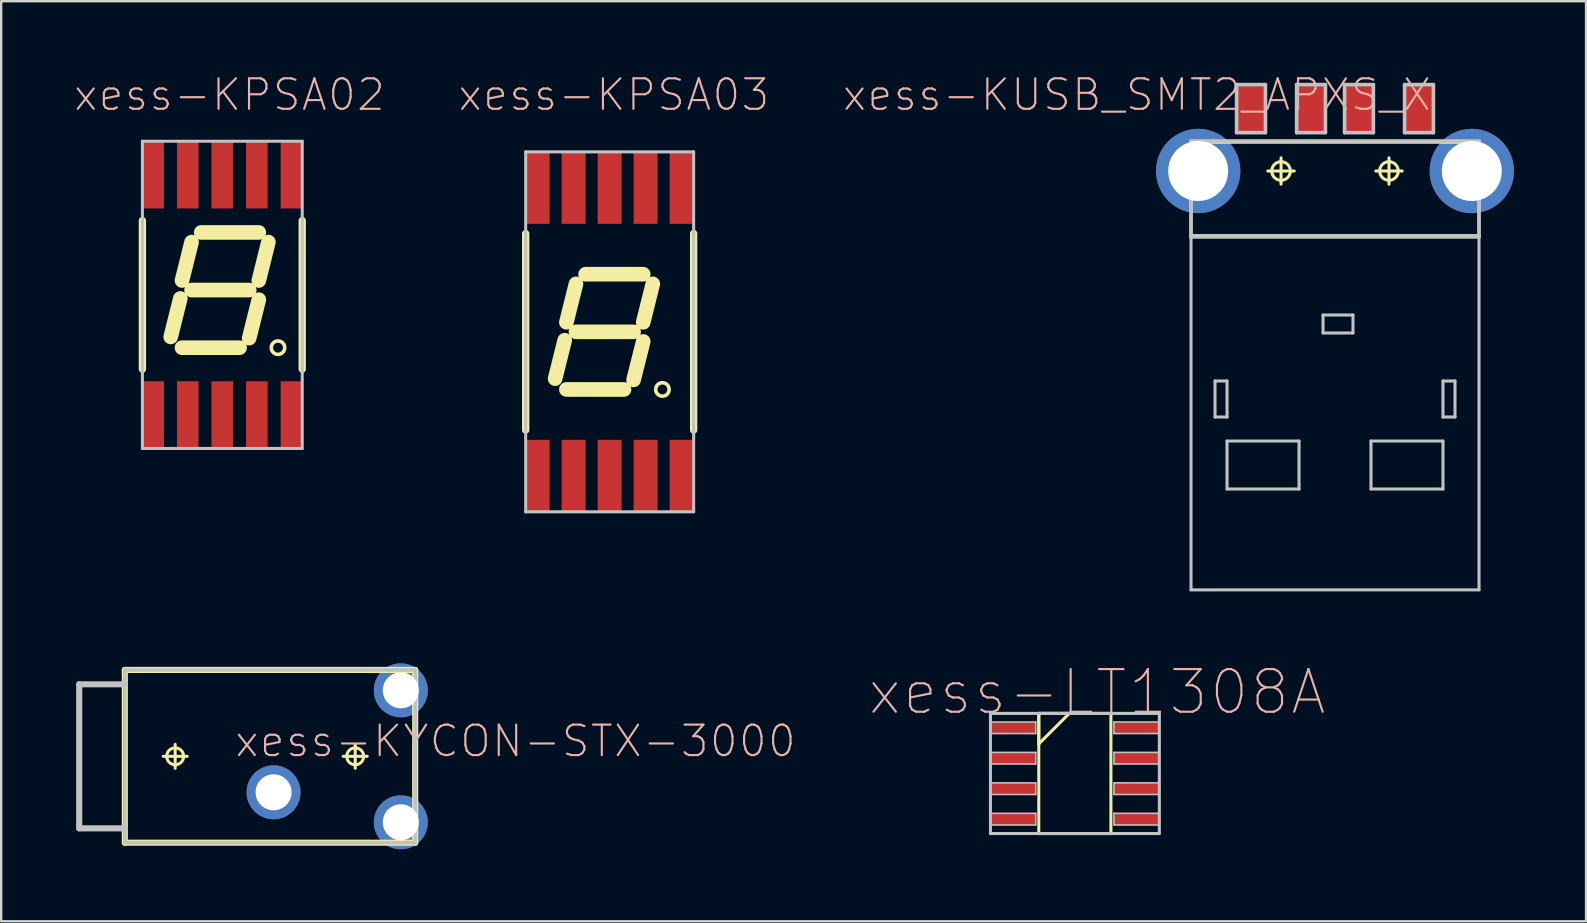
<source format=kicad_pcb>
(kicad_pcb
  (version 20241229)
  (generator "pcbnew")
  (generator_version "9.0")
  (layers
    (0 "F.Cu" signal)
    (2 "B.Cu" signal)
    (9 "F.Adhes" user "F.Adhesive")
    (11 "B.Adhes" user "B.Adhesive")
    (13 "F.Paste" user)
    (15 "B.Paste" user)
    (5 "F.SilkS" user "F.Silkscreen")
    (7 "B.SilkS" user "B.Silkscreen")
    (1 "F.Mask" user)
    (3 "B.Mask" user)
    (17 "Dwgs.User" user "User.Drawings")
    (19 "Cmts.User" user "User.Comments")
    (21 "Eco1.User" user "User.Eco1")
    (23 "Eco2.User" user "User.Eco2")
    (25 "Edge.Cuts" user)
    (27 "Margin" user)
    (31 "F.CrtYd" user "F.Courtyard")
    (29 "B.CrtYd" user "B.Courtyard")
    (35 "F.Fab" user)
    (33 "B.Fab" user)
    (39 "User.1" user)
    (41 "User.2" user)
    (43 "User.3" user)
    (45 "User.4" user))
  (footprint "xess-KPSA03"
    (layer "F.Cu")
    (at 19.348 16.774)
    (property "Reference" "xess-KPSA03" (at 3.175 -15.875 0) (layer "B.SilkS") (effects (font (size 1.27 1.27) (thickness 0.089))))
    (attr smd)
    (fp_line (start -0.498 -10.094) (end -0.498 -1.905) (stroke (width 0.305) (type solid)) (layer "F.SilkS"))
    (fp_line (start 1.128 -5.649) (end 0.729 -4.049) (stroke (width 0.61) (type solid)) (layer "F.SilkS"))
    (fp_line (start 1.199 -3.599) (end 3.599 -3.599) (stroke (width 0.61) (type solid)) (layer "F.SilkS"))
    (fp_line (start 1.598 -7.998) (end 1.199 -6.398) (stroke (width 0.61) (type solid)) (layer "F.SilkS"))
    (fp_line (start 1.598 -5.999) (end 3.998 -5.999) (stroke (width 0.61) (type solid)) (layer "F.SilkS"))
    (fp_line (start 1.999 -8.4) (end 4.399 -8.4) (stroke (width 0.61) (type solid)) (layer "F.SilkS"))
    (fp_line (start 4.399 -5.598) (end 3.998 -3.998) (stroke (width 0.61) (type solid)) (layer "F.SilkS"))
    (fp_line (start 4.798 -7.998) (end 4.399 -6.398) (stroke (width 0.61) (type solid)) (layer "F.SilkS"))
    (fp_line (start 6.5 -1.905) (end 6.5 -10.094) (stroke (width 0.305) (type solid)) (layer "F.SilkS"))
    (fp_circle (center 5.199 -3.599) (end 5.397 -3.797) (stroke (width 0.15) (type solid)) (fill no) (layer "F.SilkS"))
    (fp_line (start -0.498 -13.498) (end -0.498 1.499) (stroke (width 0.127) (type solid)) (layer "Dwgs.User"))
    (fp_line (start -0.498 1.499) (end 6.5 1.499) (stroke (width 0.127) (type solid)) (layer "Dwgs.User"))
    (fp_line (start 6.5 -13.498) (end -0.498 -13.498) (stroke (width 0.127) (type solid)) (layer "Dwgs.User"))
    (fp_line (start 6.5 1.499) (end 6.5 -13.498) (stroke (width 0.127) (type solid)) (layer "Dwgs.User"))
    (pad "1" smd rect (at 0 0) (size 0.998 3) (layers "F.Cu" "F.Mask" "F.Paste"))
    (pad "2" smd rect (at 1.499 0) (size 0.998 3) (layers "F.Cu" "F.Mask" "F.Paste"))
    (pad "3" smd rect (at 3 0) (size 0.998 3) (layers "F.Cu" "F.Mask" "F.Paste"))
    (pad "4" smd rect (at 4.498 0) (size 0.998 3) (layers "F.Cu" "F.Mask" "F.Paste"))
    (pad "5" smd rect (at 5.999 0) (size 0.998 3) (layers "F.Cu" "F.Mask" "F.Paste"))
    (pad "6" smd rect (at 5.999 -11.999) (size 0.998 3) (layers "F.Cu" "F.Mask" "F.Paste"))
    (pad "7" smd rect (at 4.498 -11.999) (size 0.998 3) (layers "F.Cu" "F.Mask" "F.Paste"))
    (pad "8" smd rect (at 3 -11.999) (size 0.998 3) (layers "F.Cu" "F.Mask" "F.Paste"))
    (pad "9" smd rect (at 1.499 -11.999) (size 0.998 3) (layers "F.Cu" "F.Mask" "F.Paste"))
    (pad "10" smd rect (at 0 -11.999) (size 0.998 3) (layers "F.Cu" "F.Mask" "F.Paste")))
  (footprint "xess-LT1308A"
    (layer "F.Cu")
    (at 39.267 27.269)
    (property "Reference" "xess-LT1308A" (at 3.388 -1.486 0) (layer "B.SilkS") (effects (font (size 1.778 1.778) (thickness 0.089))))
    (attr smd)
    (fp_line (start 0.96 -0.597) (end 0.96 0.671) (stroke (width 0.127) (type solid)) (layer "F.SilkS"))
    (fp_line (start 0.96 -0.597) (end 0.96 4.407) (stroke (width 0.127) (type solid)) (layer "F.SilkS"))
    (fp_line (start 0.96 0.671) (end 2.23 -0.597) (stroke (width 0.127) (type solid)) (layer "F.SilkS"))
    (fp_line (start 0.96 4.407) (end 3.965 4.407) (stroke (width 0.127) (type solid)) (layer "F.SilkS"))
    (fp_line (start 2.23 -0.597) (end 0.96 -0.597) (stroke (width 0.127) (type solid)) (layer "F.SilkS"))
    (fp_line (start 3.965 -0.597) (end 0.96 -0.597) (stroke (width 0.127) (type solid)) (layer "F.SilkS"))
    (fp_line (start 3.965 4.407) (end 3.965 -0.597) (stroke (width 0.127) (type solid)) (layer "F.SilkS"))
    (fp_line (start -1.054 -0.597) (end -1.054 4.407) (stroke (width 0.127) (type solid)) (layer "Dwgs.User"))
    (fp_line (start -1.054 -0.241) (end 0.833 -0.241) (stroke (width 0.066) (type solid)) (layer "Dwgs.User"))
    (fp_line (start -1.054 0.241) (end -1.054 -0.241) (stroke (width 0.066) (type solid)) (layer "Dwgs.User"))
    (fp_line (start -1.054 0.241) (end 0.833 0.241) (stroke (width 0.066) (type solid)) (layer "Dwgs.User"))
    (fp_line (start -1.054 1.026) (end 0.833 1.026) (stroke (width 0.066) (type solid)) (layer "Dwgs.User"))
    (fp_line (start -1.054 1.511) (end -1.054 1.026) (stroke (width 0.066) (type solid)) (layer "Dwgs.User"))
    (fp_line (start -1.054 1.511) (end 0.833 1.511) (stroke (width 0.066) (type solid)) (layer "Dwgs.User"))
    (fp_line (start -1.054 2.296) (end 0.833 2.296) (stroke (width 0.066) (type solid)) (layer "Dwgs.User"))
    (fp_line (start -1.054 2.781) (end -1.054 2.296) (stroke (width 0.066) (type solid)) (layer "Dwgs.User"))
    (fp_line (start -1.054 2.781) (end 0.833 2.781) (stroke (width 0.066) (type solid)) (layer "Dwgs.User"))
    (fp_line (start -1.054 3.566) (end 0.833 3.566) (stroke (width 0.066) (type solid)) (layer "Dwgs.User"))
    (fp_line (start -1.054 4.051) (end -1.054 3.566) (stroke (width 0.066) (type solid)) (layer "Dwgs.User"))
    (fp_line (start -1.054 4.051) (end 0.833 4.051) (stroke (width 0.066) (type solid)) (layer "Dwgs.User"))
    (fp_line (start -1.054 4.407) (end 5.982 4.407) (stroke (width 0.127) (type solid)) (layer "Dwgs.User"))
    (fp_line (start 0.833 0.241) (end 0.833 -0.241) (stroke (width 0.066) (type solid)) (layer "Dwgs.User"))
    (fp_line (start 0.833 1.511) (end 0.833 1.026) (stroke (width 0.066) (type solid)) (layer "Dwgs.User"))
    (fp_line (start 0.833 2.781) (end 0.833 2.296) (stroke (width 0.066) (type solid)) (layer "Dwgs.User"))
    (fp_line (start 0.833 4.051) (end 0.833 3.566) (stroke (width 0.066) (type solid)) (layer "Dwgs.User"))
    (fp_line (start 4.092 -0.241) (end 5.982 -0.241) (stroke (width 0.066) (type solid)) (layer "Dwgs.User"))
    (fp_line (start 4.092 0.241) (end 4.092 -0.241) (stroke (width 0.066) (type solid)) (layer "Dwgs.User"))
    (fp_line (start 4.092 0.241) (end 5.982 0.241) (stroke (width 0.066) (type solid)) (layer "Dwgs.User"))
    (fp_line (start 4.092 1.026) (end 5.982 1.026) (stroke (width 0.066) (type solid)) (layer "Dwgs.User"))
    (fp_line (start 4.092 1.511) (end 4.092 1.026) (stroke (width 0.066) (type solid)) (layer "Dwgs.User"))
    (fp_line (start 4.092 1.511) (end 5.982 1.511) (stroke (width 0.066) (type solid)) (layer "Dwgs.User"))
    (fp_line (start 4.092 2.296) (end 5.982 2.296) (stroke (width 0.066) (type solid)) (layer "Dwgs.User"))
    (fp_line (start 4.092 2.781) (end 4.092 2.296) (stroke (width 0.066) (type solid)) (layer "Dwgs.User"))
    (fp_line (start 4.092 2.781) (end 5.982 2.781) (stroke (width 0.066) (type solid)) (layer "Dwgs.User"))
    (fp_line (start 4.092 3.566) (end 5.982 3.566) (stroke (width 0.066) (type solid)) (layer "Dwgs.User"))
    (fp_line (start 4.092 4.051) (end 4.092 3.566) (stroke (width 0.066) (type solid)) (layer "Dwgs.User"))
    (fp_line (start 4.092 4.051) (end 5.982 4.051) (stroke (width 0.066) (type solid)) (layer "Dwgs.User"))
    (fp_line (start 5.982 -0.597) (end -1.054 -0.597) (stroke (width 0.127) (type solid)) (layer "Dwgs.User"))
    (fp_line (start 5.982 0.241) (end 5.982 -0.241) (stroke (width 0.066) (type solid)) (layer "Dwgs.User"))
    (fp_line (start 5.982 1.511) (end 5.982 1.026) (stroke (width 0.066) (type solid)) (layer "Dwgs.User"))
    (fp_line (start 5.982 2.781) (end 5.982 2.296) (stroke (width 0.066) (type solid)) (layer "Dwgs.User"))
    (fp_line (start 5.982 4.051) (end 5.982 3.566) (stroke (width 0.066) (type solid)) (layer "Dwgs.User"))
    (fp_line (start 5.982 4.407) (end 5.982 -0.597) (stroke (width 0.127) (type solid)) (layer "Dwgs.User"))
    (pad "1" smd rect (at -0.109 0) (size 1.89 0.483) (layers "F.Cu" "F.Mask" "F.Paste"))
    (pad "2" smd rect (at -0.109 1.27) (size 1.89 0.483) (layers "F.Cu" "F.Mask" "F.Paste"))
    (pad "3" smd rect (at -0.109 2.54) (size 1.89 0.483) (layers "F.Cu" "F.Mask" "F.Paste"))
    (pad "4" smd rect (at -0.109 3.81) (size 1.89 0.483) (layers "F.Cu" "F.Mask" "F.Paste"))
    (pad "5" smd rect (at 5.037 3.81) (size 1.89 0.483) (layers "F.Cu" "F.Mask" "F.Paste"))
    (pad "6" smd rect (at 5.037 2.54) (size 1.89 0.483) (layers "F.Cu" "F.Mask" "F.Paste"))
    (pad "7" smd rect (at 5.037 1.27) (size 1.89 0.483) (layers "F.Cu" "F.Mask" "F.Paste"))
    (pad "8" smd rect (at 5.037 0) (size 1.89 0.483) (layers "F.Cu" "F.Mask" "F.Paste")))
  (footprint "xess-KPSA02"
    (layer "F.Cu")
    (at 3.333 14.234)
    (property "Reference" "xess-KPSA02" (at 3.175 -13.335 0) (layer "B.SilkS") (effects (font (size 1.27 1.27) (thickness 0.089))))
    (attr smd)
    (fp_line (start -0.45 -8.095) (end -0.45 -1.905) (stroke (width 0.305) (type solid)) (layer "F.SilkS"))
    (fp_line (start 1.128 -4.849) (end 0.729 -3.249) (stroke (width 0.61) (type solid)) (layer "F.SilkS"))
    (fp_line (start 1.199 -2.799) (end 3.599 -2.799) (stroke (width 0.61) (type solid)) (layer "F.SilkS"))
    (fp_line (start 1.598 -7.198) (end 1.199 -5.598) (stroke (width 0.61) (type solid)) (layer "F.SilkS"))
    (fp_line (start 1.598 -5.199) (end 3.998 -5.199) (stroke (width 0.61) (type solid)) (layer "F.SilkS"))
    (fp_line (start 1.999 -7.6) (end 4.399 -7.6) (stroke (width 0.61) (type solid)) (layer "F.SilkS"))
    (fp_line (start 4.399 -4.798) (end 3.998 -3.198) (stroke (width 0.61) (type solid)) (layer "F.SilkS"))
    (fp_line (start 4.798 -7.198) (end 4.399 -5.598) (stroke (width 0.61) (type solid)) (layer "F.SilkS"))
    (fp_line (start 6.208 -1.905) (end 6.208 -8.095) (stroke (width 0.305) (type solid)) (layer "F.SilkS"))
    (fp_circle (center 5.199 -2.799) (end 5.397 -2.997) (stroke (width 0.15) (type solid)) (fill no) (layer "F.SilkS"))
    (fp_line (start -0.45 -11.4) (end -0.45 1.4) (stroke (width 0.127) (type solid)) (layer "Dwgs.User"))
    (fp_line (start -0.45 1.4) (end 6.208 1.4) (stroke (width 0.127) (type solid)) (layer "Dwgs.User"))
    (fp_line (start 6.208 -11.4) (end -0.45 -11.4) (stroke (width 0.127) (type solid)) (layer "Dwgs.User"))
    (fp_line (start 6.208 1.4) (end 6.208 -11.4) (stroke (width 0.127) (type solid)) (layer "Dwgs.User"))
    (pad "1" smd rect (at 0 0) (size 0.899 2.799) (layers "F.Cu" "F.Mask" "F.Paste"))
    (pad "2" smd rect (at 1.438 0) (size 0.899 2.799) (layers "F.Cu" "F.Mask" "F.Paste"))
    (pad "3" smd rect (at 2.878 0) (size 0.899 2.799) (layers "F.Cu" "F.Mask" "F.Paste"))
    (pad "4" smd rect (at 4.318 0) (size 0.899 2.799) (layers "F.Cu" "F.Mask" "F.Paste"))
    (pad "5" smd rect (at 5.758 0) (size 0.899 2.799) (layers "F.Cu" "F.Mask" "F.Paste"))
    (pad "6" smd rect (at 5.758 -10) (size 0.899 2.799) (layers "F.Cu" "F.Mask" "F.Paste"))
    (pad "7" smd rect (at 4.318 -10) (size 0.899 2.799) (layers "F.Cu" "F.Mask" "F.Paste"))
    (pad "8" smd rect (at 2.878 -10) (size 0.899 2.799) (layers "F.Cu" "F.Mask" "F.Paste"))
    (pad "9" smd rect (at 1.438 -10) (size 0.899 2.799) (layers "F.Cu" "F.Mask" "F.Paste"))
    (pad "10" smd rect (at 0 -10) (size 0.899 2.799) (layers "F.Cu" "F.Mask" "F.Paste")))
  (footprint "xess-KUSB_SMT2_APXS_X"
    (layer "F.Cu")
    (at 52.568 4.074)
    (property "Reference" "xess-KUSB_SMT2_APXS_X" (at -8.255 -3.175 180) (layer "B.SilkS") (effects (font (size 1.27 1.27) (thickness 0.089))))
    (attr smd)
    (fp_line (start -5.999 -1.199) (end -5.999 2.697) (stroke (width 0.127) (type solid)) (layer "F.SilkS"))
    (fp_line (start -5.999 2.697) (end 5.999 2.697) (stroke (width 0.127) (type solid)) (layer "F.SilkS"))
    (fp_line (start -2.799 0) (end -1.699 0) (stroke (width 0.127) (type solid)) (layer "F.SilkS"))
    (fp_line (start -2.248 0.549) (end -2.248 -0.549) (stroke (width 0.127) (type solid)) (layer "F.SilkS"))
    (fp_line (start 1.699 0) (end 2.799 0) (stroke (width 0.127) (type solid)) (layer "F.SilkS"))
    (fp_line (start 2.248 0.549) (end 2.248 -0.549) (stroke (width 0.127) (type solid)) (layer "F.SilkS"))
    (fp_line (start 5.999 -1.199) (end -5.999 -1.199) (stroke (width 0.127) (type solid)) (layer "F.SilkS"))
    (fp_line (start 5.999 2.697) (end 5.999 -1.199) (stroke (width 0.127) (type solid)) (layer "F.SilkS"))
    (fp_circle (center -2.248 0) (end -2.522 0.274) (stroke (width 0.127) (type solid)) (fill no) (layer "F.SilkS"))
    (fp_circle (center 2.248 0) (end 2.522 0.274) (stroke (width 0.127) (type solid)) (fill no) (layer "F.SilkS"))
    (fp_line (start -5.999 -1.25) (end -5.999 2.748) (stroke (width 0.15) (type solid)) (layer "Dwgs.User"))
    (fp_line (start -5.999 2.697) (end -5.999 17.45) (stroke (width 0.127) (type solid)) (layer "Dwgs.User"))
    (fp_line (start -5.999 2.697) (end 5.999 2.697) (stroke (width 0.127) (type solid)) (layer "Dwgs.User"))
    (fp_line (start -5.999 2.748) (end 5.999 2.748) (stroke (width 0.15) (type solid)) (layer "Dwgs.User"))
    (fp_line (start -5.999 17.45) (end 5.999 17.45) (stroke (width 0.127) (type solid)) (layer "Dwgs.User"))
    (fp_line (start -4.999 8.748) (end -4.999 10.249) (stroke (width 0.127) (type solid)) (layer "Dwgs.User"))
    (fp_line (start -4.999 10.249) (end -4.498 10.249) (stroke (width 0.127) (type solid)) (layer "Dwgs.User"))
    (fp_line (start -4.498 8.748) (end -4.999 8.748) (stroke (width 0.127) (type solid)) (layer "Dwgs.User"))
    (fp_line (start -4.498 10.249) (end -4.498 8.748) (stroke (width 0.127) (type solid)) (layer "Dwgs.User"))
    (fp_line (start -4.498 11.25) (end -4.498 13.249) (stroke (width 0.127) (type solid)) (layer "Dwgs.User"))
    (fp_line (start -4.498 13.249) (end -1.499 13.249) (stroke (width 0.127) (type solid)) (layer "Dwgs.User"))
    (fp_line (start -4.1 -3.599) (end -2.898 -3.599) (stroke (width 0.15) (type solid)) (layer "Dwgs.User"))
    (fp_line (start -4.1 -1.598) (end -4.1 -3.599) (stroke (width 0.15) (type solid)) (layer "Dwgs.User"))
    (fp_line (start -2.898 -3.599) (end -2.898 -1.598) (stroke (width 0.15) (type solid)) (layer "Dwgs.User"))
    (fp_line (start -2.898 -1.598) (end -4.1 -1.598) (stroke (width 0.15) (type solid)) (layer "Dwgs.User"))
    (fp_line (start -1.598 -3.599) (end -0.399 -3.599) (stroke (width 0.15) (type solid)) (layer "Dwgs.User"))
    (fp_line (start -1.598 -1.598) (end -1.598 -3.599) (stroke (width 0.15) (type solid)) (layer "Dwgs.User"))
    (fp_line (start -1.499 11.25) (end -4.498 11.25) (stroke (width 0.127) (type solid)) (layer "Dwgs.User"))
    (fp_line (start -1.499 13.249) (end -1.499 11.25) (stroke (width 0.127) (type solid)) (layer "Dwgs.User"))
    (fp_line (start -0.498 5.999) (end -0.498 6.749) (stroke (width 0.127) (type solid)) (layer "Dwgs.User"))
    (fp_line (start -0.498 6.749) (end 0.749 6.749) (stroke (width 0.127) (type solid)) (layer "Dwgs.User"))
    (fp_line (start -0.399 -3.599) (end -0.399 -1.598) (stroke (width 0.15) (type solid)) (layer "Dwgs.User"))
    (fp_line (start -0.399 -1.598) (end -1.598 -1.598) (stroke (width 0.15) (type solid)) (layer "Dwgs.User"))
    (fp_line (start 0.399 -3.599) (end 1.598 -3.599) (stroke (width 0.15) (type solid)) (layer "Dwgs.User"))
    (fp_line (start 0.399 -1.598) (end 0.399 -3.599) (stroke (width 0.15) (type solid)) (layer "Dwgs.User"))
    (fp_line (start 0.749 5.999) (end -0.498 5.999) (stroke (width 0.127) (type solid)) (layer "Dwgs.User"))
    (fp_line (start 0.749 6.749) (end 0.749 5.999) (stroke (width 0.127) (type solid)) (layer "Dwgs.User"))
    (fp_line (start 1.499 11.25) (end 1.499 13.249) (stroke (width 0.127) (type solid)) (layer "Dwgs.User"))
    (fp_line (start 1.499 13.249) (end 4.498 13.249) (stroke (width 0.127) (type solid)) (layer "Dwgs.User"))
    (fp_line (start 1.598 -3.599) (end 1.598 -1.598) (stroke (width 0.15) (type solid)) (layer "Dwgs.User"))
    (fp_line (start 1.598 -1.598) (end 0.399 -1.598) (stroke (width 0.15) (type solid)) (layer "Dwgs.User"))
    (fp_line (start 2.898 -3.599) (end 4.1 -3.599) (stroke (width 0.15) (type solid)) (layer "Dwgs.User"))
    (fp_line (start 2.898 -1.598) (end 2.898 -3.599) (stroke (width 0.15) (type solid)) (layer "Dwgs.User"))
    (fp_line (start 4.1 -3.599) (end 4.1 -1.598) (stroke (width 0.15) (type solid)) (layer "Dwgs.User"))
    (fp_line (start 4.1 -1.598) (end 2.898 -1.598) (stroke (width 0.15) (type solid)) (layer "Dwgs.User"))
    (fp_line (start 4.498 8.748) (end 4.498 10.249) (stroke (width 0.127) (type solid)) (layer "Dwgs.User"))
    (fp_line (start 4.498 10.249) (end 4.999 10.249) (stroke (width 0.127) (type solid)) (layer "Dwgs.User"))
    (fp_line (start 4.498 11.25) (end 1.499 11.25) (stroke (width 0.127) (type solid)) (layer "Dwgs.User"))
    (fp_line (start 4.498 13.249) (end 4.498 11.25) (stroke (width 0.127) (type solid)) (layer "Dwgs.User"))
    (fp_line (start 4.999 8.748) (end 4.498 8.748) (stroke (width 0.127) (type solid)) (layer "Dwgs.User"))
    (fp_line (start 4.999 10.249) (end 4.999 8.748) (stroke (width 0.127) (type solid)) (layer "Dwgs.User"))
    (fp_line (start 5.999 -1.25) (end -5.999 -1.25) (stroke (width 0.15) (type solid)) (layer "Dwgs.User"))
    (fp_line (start 5.999 2.748) (end 5.999 -1.25) (stroke (width 0.15) (type solid)) (layer "Dwgs.User"))
    (fp_line (start 5.999 17.45) (end 5.999 2.697) (stroke (width 0.127) (type solid)) (layer "Dwgs.User"))
    (fp_circle (center -5.7 0) (end -6.449 0.749) (stroke (width 0.203) (type solid)) (fill no) (layer "Dwgs.User"))
    (fp_circle (center 5.7 0) (end 6.474 0.775) (stroke (width 0.203) (type solid)) (fill no) (layer "Dwgs.User"))
    (pad "1" smd rect (at 3.498 -2.598) (size 1.199 1.999) (layers "F.Cu" "F.Mask" "F.Paste"))
    (pad "2" smd rect (at 0.998 -2.598) (size 1.199 1.999) (layers "F.Cu" "F.Mask" "F.Paste"))
    (pad "3" smd rect (at -0.998 -2.598) (size 1.199 1.999) (layers "F.Cu" "F.Mask" "F.Paste"))
    (pad "4" smd rect (at -3.498 -2.598) (size 1.199 1.999) (layers "F.Cu" "F.Mask" "F.Paste"))
    (pad "M1" thru_hole circle (at 5.7 0) (size 3.515 3.515) (drill 2.499) (layers "*.Cu" "*.Mask"))
    (pad "M2" thru_hole circle (at -5.7 0) (size 3.515 3.515) (drill 2.499) (layers "*.Cu" "*.Mask")))
  (footprint "xess-KYCON-STX-3000"
    (layer "F.Cu")
    (at 0.25 28.459)
    (property "Reference" "xess-KYCON-STX-3000" (at 18.174 -0.635 0) (layer "B.SilkS") (effects (font (size 1.27 1.27) (thickness 0.089))))
    (attr exclude_from_pos_files exclude_from_bom)
    (fp_line (start 1.9 -3.599) (end 1.9 3.599) (stroke (width 0.254) (type solid)) (layer "F.SilkS"))
    (fp_line (start 1.9 3) (end 1.9 -3) (stroke (width 0.127) (type solid)) (layer "F.SilkS"))
    (fp_line (start 1.9 3.599) (end 13.998 3.599) (stroke (width 0.254) (type solid)) (layer "F.SilkS"))
    (fp_line (start 3.498 0) (end 4.498 0) (stroke (width 0.127) (type solid)) (layer "F.SilkS"))
    (fp_line (start 3.998 0.498) (end 3.998 -0.498) (stroke (width 0.127) (type solid)) (layer "F.SilkS"))
    (fp_line (start 10.998 0) (end 11.999 0) (stroke (width 0.127) (type solid)) (layer "F.SilkS"))
    (fp_line (start 11.499 0.498) (end 11.499 -0.498) (stroke (width 0.127) (type solid)) (layer "F.SilkS"))
    (fp_line (start 13.998 -3.599) (end 1.9 -3.599) (stroke (width 0.254) (type solid)) (layer "F.SilkS"))
    (fp_line (start 13.998 3.599) (end 13.998 -3.599) (stroke (width 0.254) (type solid)) (layer "F.SilkS"))
    (fp_circle (center 3.998 0) (end 4.247 0.249) (stroke (width 0.127) (type solid)) (fill no) (layer "F.SilkS"))
    (fp_circle (center 11.499 0) (end 11.748 0.249) (stroke (width 0.127) (type solid)) (fill no) (layer "F.SilkS"))
    (fp_line (start 0 -3) (end 0 3) (stroke (width 0.254) (type solid)) (layer "Dwgs.User"))
    (fp_line (start 0 3) (end 1.9 3) (stroke (width 0.254) (type solid)) (layer "Dwgs.User"))
    (fp_line (start 1.9 -3.599) (end 1.9 3.599) (stroke (width 0.15) (type solid)) (layer "Dwgs.User"))
    (fp_line (start 1.9 -3) (end 0 -3) (stroke (width 0.254) (type solid)) (layer "Dwgs.User"))
    (fp_line (start 1.9 3.599) (end 13.998 3.599) (stroke (width 0.15) (type solid)) (layer "Dwgs.User"))
    (fp_line (start 13.998 -3.599) (end 1.9 -3.599) (stroke (width 0.15) (type solid)) (layer "Dwgs.User"))
    (fp_line (start 13.998 3.599) (end 13.998 -3.599) (stroke (width 0.15) (type solid)) (layer "Dwgs.User"))
    (pad "CHAN" thru_hole circle (at 13.399 -2.748) (size 2.248 2.248) (drill 1.499) (layers "*.Cu" "*.Mask"))
    (pad "CHAN" thru_hole circle (at 13.399 2.748) (size 2.248 2.248) (drill 1.499) (layers "*.Cu" "*.Mask"))
    (pad "COMM" thru_hole circle (at 8.098 1.499) (size 2.248 2.248) (drill 1.499) (layers "*.Cu" "*.Mask")))
  (gr_rect
    (start -3 -3)
    (end 63.026 35.332)
    (stroke (width 0.1) (type default))
    (fill no)
    (layer "Edge.Cuts")))
</source>
